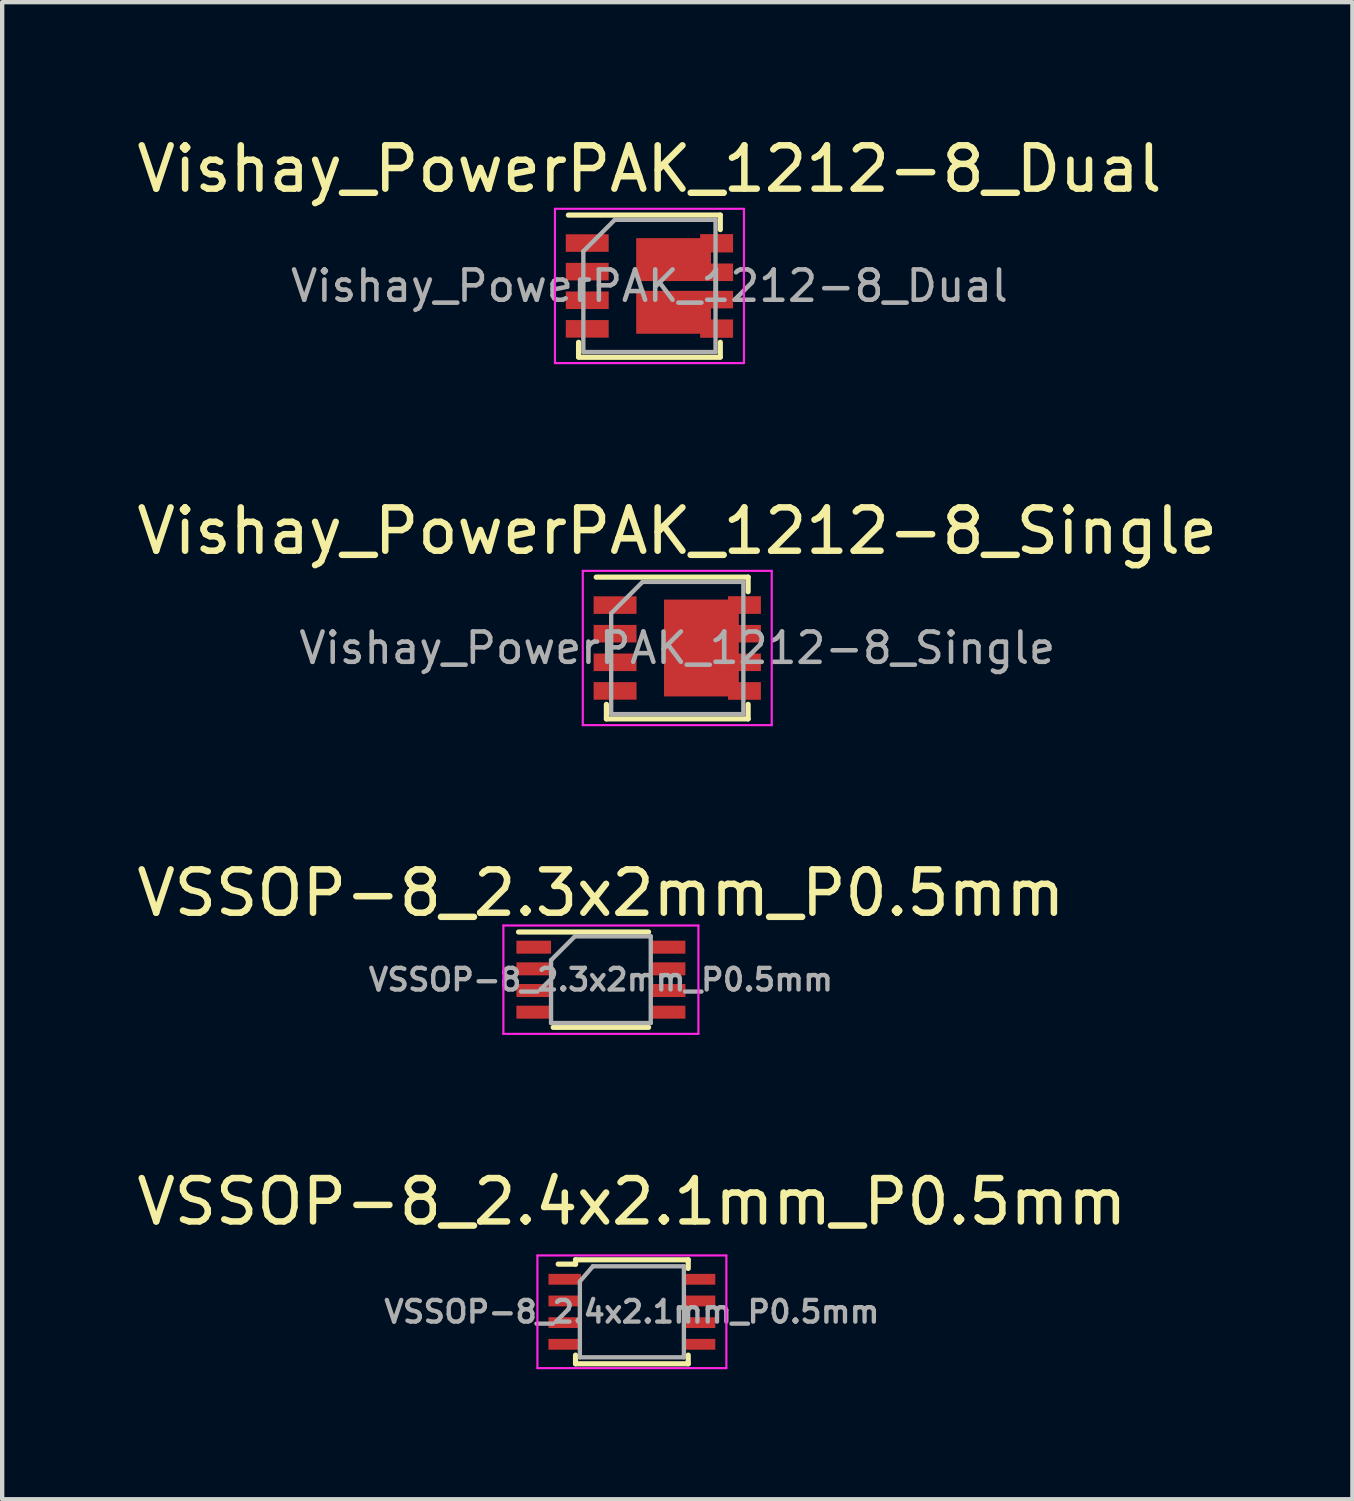
<source format=kicad_pcb>
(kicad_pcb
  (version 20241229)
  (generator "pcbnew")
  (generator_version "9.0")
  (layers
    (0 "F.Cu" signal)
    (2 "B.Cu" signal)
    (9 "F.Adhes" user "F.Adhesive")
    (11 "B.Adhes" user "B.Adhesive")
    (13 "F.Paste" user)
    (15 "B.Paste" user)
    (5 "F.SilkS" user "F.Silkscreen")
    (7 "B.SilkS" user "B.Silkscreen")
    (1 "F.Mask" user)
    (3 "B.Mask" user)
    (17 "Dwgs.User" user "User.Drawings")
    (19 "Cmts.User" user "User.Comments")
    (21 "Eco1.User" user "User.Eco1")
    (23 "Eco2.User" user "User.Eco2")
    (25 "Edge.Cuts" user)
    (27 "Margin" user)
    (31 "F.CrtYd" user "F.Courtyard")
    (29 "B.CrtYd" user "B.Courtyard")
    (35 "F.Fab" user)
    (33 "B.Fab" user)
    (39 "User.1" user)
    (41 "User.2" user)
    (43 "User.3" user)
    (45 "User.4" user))
  (footprint "Vishay_PowerPAK_1212-8_Single"
    (layer "F.Cu")
    (at 12.577 11.902)
    (property "Reference" "Vishay_PowerPAK_1212-8_Single" (at 0 -2.7 0) (layer "F.SilkS") (effects (font (size 1 1) (thickness 0.15))))
    (attr smd)
    (fp_line (start -1.87 -1.635) (end 1.635 -1.635) (stroke (width 0.12) (type solid)) (layer "F.SilkS"))
    (fp_line (start -1.635 1.3) (end -1.635 1.635) (stroke (width 0.12) (type solid)) (layer "F.SilkS"))
    (fp_line (start -1.635 1.635) (end 1.635 1.635) (stroke (width 0.12) (type solid)) (layer "F.SilkS"))
    (fp_line (start 1.635 -1.635) (end 1.635 -1.3) (stroke (width 0.12) (type solid)) (layer "F.SilkS"))
    (fp_line (start 1.635 1.3) (end 1.635 1.635) (stroke (width 0.12) (type solid)) (layer "F.SilkS"))
    (fp_line (start -2.18 -1.78) (end -2.18 1.78) (stroke (width 0.05) (type solid)) (layer "F.CrtYd"))
    (fp_line (start -2.18 -1.78) (end 2.18 -1.78) (stroke (width 0.05) (type solid)) (layer "F.CrtYd"))
    (fp_line (start -2.18 1.78) (end 2.18 1.78) (stroke (width 0.05) (type solid)) (layer "F.CrtYd"))
    (fp_line (start 2.18 -1.78) (end 2.18 1.78) (stroke (width 0.05) (type solid)) (layer "F.CrtYd"))
    (fp_line (start -1.525 -0.8) (end -1.525 1.525) (stroke (width 0.1) (type solid)) (layer "F.Fab"))
    (fp_line (start -1.525 -0.8) (end -0.8 -1.525) (stroke (width 0.1) (type solid)) (layer "F.Fab"))
    (fp_line (start -1.525 1.525) (end 1.525 1.525) (stroke (width 0.1) (type solid)) (layer "F.Fab"))
    (fp_line (start -0.8 -1.525) (end 1.525 -1.525) (stroke (width 0.1) (type solid)) (layer "F.Fab"))
    (fp_line (start 1.525 -1.525) (end 1.525 1.525) (stroke (width 0.1) (type solid)) (layer "F.Fab"))
    (fp_text user "${REFERENCE}" (at 0 0 0) (layer "F.Fab") (effects (font (size 0.7 0.7) (thickness 0.105))))
    (pad "1" smd rect (at -1.435 -0.99) (size 0.99 0.405) (layers "F.Cu" "F.Mask" "F.Paste"))
    (pad "2" smd rect (at -1.435 -0.33) (size 0.99 0.405) (layers "F.Cu" "F.Mask" "F.Paste"))
    (pad "3" smd rect (at -1.435 0.33) (size 0.99 0.405) (layers "F.Cu" "F.Mask" "F.Paste"))
    (pad "4" smd rect (at -1.435 0.99) (size 0.99 0.405) (layers "F.Cu" "F.Mask" "F.Paste"))
    (pad "5" smd custom (at 0.557 0) (size 1.725 2.235) (layers "F.Cu" "F.Mask" "F.Paste") (options (anchor rect)) (primitives (gr_poly (pts (xy 1.373 -0.787) (xy 0.863 -0.787) (xy 0.863 -0.532) (xy 1.373 -0.532) (xy 1.373 -0.128) (xy 0.863 -0.128) (xy 0.863 0.128) (xy 1.373 0.128) (xy 1.373 0.532) (xy 0.863 0.532) (xy 0.863 0.787) (xy 1.373 0.787) (xy 1.373 1.195) (xy 0.613 1.195) (xy 0.613 -1.195) (xy 1.373 -1.195)) (width 0) (fill yes)))))
  (footprint "Vishay_PowerPAK_1212-8_Dual"
    (layer "F.Cu")
    (at 11.935 3.548)
    (property "Reference" "Vishay_PowerPAK_1212-8_Dual" (at 0 -2.7 0) (layer "F.SilkS") (effects (font (size 1 1) (thickness 0.15))))
    (attr smd)
    (fp_line (start -1.87 -1.635) (end 1.635 -1.635) (stroke (width 0.12) (type solid)) (layer "F.SilkS"))
    (fp_line (start -1.635 1.3) (end -1.635 1.635) (stroke (width 0.12) (type solid)) (layer "F.SilkS"))
    (fp_line (start -1.635 1.645) (end 1.635 1.645) (stroke (width 0.12) (type solid)) (layer "F.SilkS"))
    (fp_line (start 1.635 -1.635) (end 1.635 -1.3) (stroke (width 0.12) (type solid)) (layer "F.SilkS"))
    (fp_line (start 1.635 1.3) (end 1.635 1.635) (stroke (width 0.12) (type solid)) (layer "F.SilkS"))
    (fp_line (start -2.18 -1.78) (end -2.18 1.78) (stroke (width 0.05) (type solid)) (layer "F.CrtYd"))
    (fp_line (start -2.18 -1.78) (end 2.18 -1.78) (stroke (width 0.05) (type solid)) (layer "F.CrtYd"))
    (fp_line (start -2.18 1.78) (end 2.18 1.78) (stroke (width 0.05) (type solid)) (layer "F.CrtYd"))
    (fp_line (start 2.18 -1.78) (end 2.18 1.78) (stroke (width 0.05) (type solid)) (layer "F.CrtYd"))
    (fp_line (start -1.525 -0.8) (end -1.525 1.525) (stroke (width 0.1) (type solid)) (layer "F.Fab"))
    (fp_line (start -1.525 -0.8) (end -0.8 -1.525) (stroke (width 0.1) (type solid)) (layer "F.Fab"))
    (fp_line (start -1.525 1.525) (end 1.525 1.525) (stroke (width 0.1) (type solid)) (layer "F.Fab"))
    (fp_line (start -0.8 -1.525) (end 1.525 -1.525) (stroke (width 0.1) (type solid)) (layer "F.Fab"))
    (fp_line (start 1.525 -1.525) (end 1.525 1.525) (stroke (width 0.1) (type solid)) (layer "F.Fab"))
    (fp_text user "${REFERENCE}" (at 0 0 0) (layer "F.Fab") (effects (font (size 0.7 0.7) (thickness 0.105))))
    (pad "1" smd rect (at -1.435 -0.99) (size 0.99 0.405) (layers "F.Cu" "F.Mask" "F.Paste"))
    (pad "2" smd rect (at -1.435 -0.33) (size 0.99 0.405) (layers "F.Cu" "F.Mask" "F.Paste"))
    (pad "3" smd rect (at -1.435 0.33) (size 0.99 0.405) (layers "F.Cu" "F.Mask" "F.Paste"))
    (pad "4" smd rect (at -1.435 0.99) (size 0.99 0.405) (layers "F.Cu" "F.Mask" "F.Paste"))
    (pad "5" smd custom (at 0.557 0.608) (size 1.725 0.99) (layers "F.Cu" "F.Mask" "F.Paste") (options (anchor rect)) (primitives (gr_poly (pts (xy 1.373 -0.09) (xy 0.863 -0.09) (xy 0.863 0.165) (xy 1.373 0.165) (xy 1.373 0.588) (xy 0.613 0.588) (xy 0.613 -0.495) (xy 1.373 -0.495)) (width 0) (fill yes))))
    (pad "6" smd custom (at 0.557 -0.608) (size 1.725 0.99) (layers "F.Cu" "F.Mask" "F.Paste") (options (anchor rect)) (primitives (gr_poly (pts (xy 1.373 -0.165) (xy 0.863 -0.165) (xy 0.863 0.09) (xy 1.373 0.09) (xy 1.373 0.495) (xy 0.613 0.495) (xy 0.613 -0.588) (xy 1.373 -0.588)) (width 0) (fill yes)))))
  (footprint "VSSOP-8_2.4x2.1mm_P0.5mm"
    (layer "F.Cu")
    (at 11.53 27.218)
    (property "Reference" "VSSOP-8_2.4x2.1mm_P0.5mm" (at 0 -2.54 0) (layer "F.SilkS") (effects (font (size 1 1) (thickness 0.15))))
    (attr smd)
    (fp_line (start -1.3 -1.2) (end -1.3 -1.1) (stroke (width 0.12) (type solid)) (layer "F.SilkS"))
    (fp_line (start -1.3 -1.1) (end -1.7 -1.1) (stroke (width 0.12) (type solid)) (layer "F.SilkS"))
    (fp_line (start -1.3 1.2) (end -1.3 1) (stroke (width 0.12) (type solid)) (layer "F.SilkS"))
    (fp_line (start -1.3 1.2) (end 1.3 1.2) (stroke (width 0.12) (type solid)) (layer "F.SilkS"))
    (fp_line (start 1.3 -1.2) (end -1.3 -1.2) (stroke (width 0.12) (type solid)) (layer "F.SilkS"))
    (fp_line (start 1.3 -1) (end 1.3 -1.2) (stroke (width 0.12) (type solid)) (layer "F.SilkS"))
    (fp_line (start 1.3 1.2) (end 1.3 1) (stroke (width 0.12) (type solid)) (layer "F.SilkS"))
    (fp_line (start -2.18 -1.3) (end 2.18 -1.3) (stroke (width 0.05) (type solid)) (layer "F.CrtYd"))
    (fp_line (start -2.18 1.3) (end -2.18 -1.3) (stroke (width 0.05) (type solid)) (layer "F.CrtYd"))
    (fp_line (start 2.18 -1.3) (end 2.18 1.3) (stroke (width 0.05) (type solid)) (layer "F.CrtYd"))
    (fp_line (start 2.18 1.3) (end -2.18 1.3) (stroke (width 0.05) (type solid)) (layer "F.CrtYd"))
    (fp_line (start -1.2 -0.7) (end -1.2 1.05) (stroke (width 0.1) (type solid)) (layer "F.Fab"))
    (fp_line (start -1.2 1.05) (end 1.2 1.05) (stroke (width 0.1) (type solid)) (layer "F.Fab"))
    (fp_line (start -0.9 -1.05) (end -1.2 -0.7) (stroke (width 0.1) (type solid)) (layer "F.Fab"))
    (fp_line (start 1.2 -1.05) (end -0.9 -1.05) (stroke (width 0.1) (type solid)) (layer "F.Fab"))
    (fp_line (start 1.2 1.05) (end 1.2 -1.05) (stroke (width 0.1) (type solid)) (layer "F.Fab"))
    (fp_text user "${REFERENCE}" (at 0 0 0) (layer "F.Fab") (effects (font (size 0.5 0.5) (thickness 0.1))))
    (pad "1" smd rect (at -1.55 -0.75) (size 0.75 0.25) (layers "F.Cu" "F.Mask" "F.Paste"))
    (pad "2" smd rect (at -1.55 -0.25) (size 0.75 0.25) (layers "F.Cu" "F.Mask" "F.Paste"))
    (pad "3" smd rect (at -1.55 0.25) (size 0.75 0.25) (layers "F.Cu" "F.Mask" "F.Paste"))
    (pad "4" smd rect (at -1.55 0.75) (size 0.75 0.25) (layers "F.Cu" "F.Mask" "F.Paste"))
    (pad "5" smd rect (at 1.55 0.75) (size 0.75 0.25) (layers "F.Cu" "F.Mask" "F.Paste"))
    (pad "6" smd rect (at 1.55 0.25) (size 0.75 0.25) (layers "F.Cu" "F.Mask" "F.Paste"))
    (pad "7" smd rect (at 1.55 -0.25) (size 0.75 0.25) (layers "F.Cu" "F.Mask" "F.Paste"))
    (pad "8" smd rect (at 1.55 -0.75) (size 0.75 0.25) (layers "F.Cu" "F.Mask" "F.Paste")))
  (footprint "VSSOP-8_2.3x2mm_P0.5mm"
    (layer "F.Cu")
    (at 10.815 19.555)
    (property "Reference" "VSSOP-8_2.3x2mm_P0.5mm" (at 0 -2 0) (layer "F.SilkS") (effects (font (size 1 1) (thickness 0.15))))
    (attr smd)
    (fp_line (start 1.1 -1.1) (end -1.9 -1.1) (stroke (width 0.12) (type solid)) (layer "F.SilkS"))
    (fp_line (start 1.1 1.1) (end -1.1 1.1) (stroke (width 0.12) (type solid)) (layer "F.SilkS"))
    (fp_line (start -2.25 -1.25) (end 2.25 -1.25) (stroke (width 0.05) (type solid)) (layer "F.CrtYd"))
    (fp_line (start -2.25 1.25) (end -2.25 -1.25) (stroke (width 0.05) (type solid)) (layer "F.CrtYd"))
    (fp_line (start 2.25 -1.25) (end 2.25 1.25) (stroke (width 0.05) (type solid)) (layer "F.CrtYd"))
    (fp_line (start 2.25 1.25) (end -2.25 1.25) (stroke (width 0.05) (type solid)) (layer "F.CrtYd"))
    (fp_line (start -1.15 1) (end -1.15 -0.45) (stroke (width 0.1) (type solid)) (layer "F.Fab"))
    (fp_line (start -0.6 -1) (end -1.15 -0.45) (stroke (width 0.1) (type solid)) (layer "F.Fab"))
    (fp_line (start -0.6 -1) (end 1.15 -1) (stroke (width 0.1) (type solid)) (layer "F.Fab"))
    (fp_line (start 1.15 -1) (end 1.15 1) (stroke (width 0.1) (type solid)) (layer "F.Fab"))
    (fp_line (start 1.15 1) (end -1.15 1) (stroke (width 0.1) (type solid)) (layer "F.Fab"))
    (fp_text user "${REFERENCE}" (at 0 0 0) (layer "F.Fab") (effects (font (size 0.5 0.5) (thickness 0.1))))
    (pad "1" smd rect (at -1.55 -0.75 270) (size 0.3 0.8) (layers "F.Cu" "F.Mask" "F.Paste"))
    (pad "2" smd rect (at -1.55 -0.25 270) (size 0.3 0.8) (layers "F.Cu" "F.Mask" "F.Paste"))
    (pad "3" smd rect (at -1.55 0.25 270) (size 0.3 0.8) (layers "F.Cu" "F.Mask" "F.Paste"))
    (pad "4" smd rect (at -1.55 0.75 270) (size 0.3 0.8) (layers "F.Cu" "F.Mask" "F.Paste"))
    (pad "5" smd rect (at 1.55 0.75 270) (size 0.3 0.8) (layers "F.Cu" "F.Mask" "F.Paste"))
    (pad "6" smd rect (at 1.55 0.25 270) (size 0.3 0.8) (layers "F.Cu" "F.Mask" "F.Paste"))
    (pad "7" smd rect (at 1.55 -0.25 270) (size 0.3 0.8) (layers "F.Cu" "F.Mask" "F.Paste"))
    (pad "8" smd rect (at 1.55 -0.75 270) (size 0.3 0.8) (layers "F.Cu" "F.Mask" "F.Paste")))
  (gr_rect
    (start -3 -3)
    (end 28.155 31.543)
    (stroke (width 0.1) (type default))
    (fill no)
    (layer "Edge.Cuts")))
</source>
